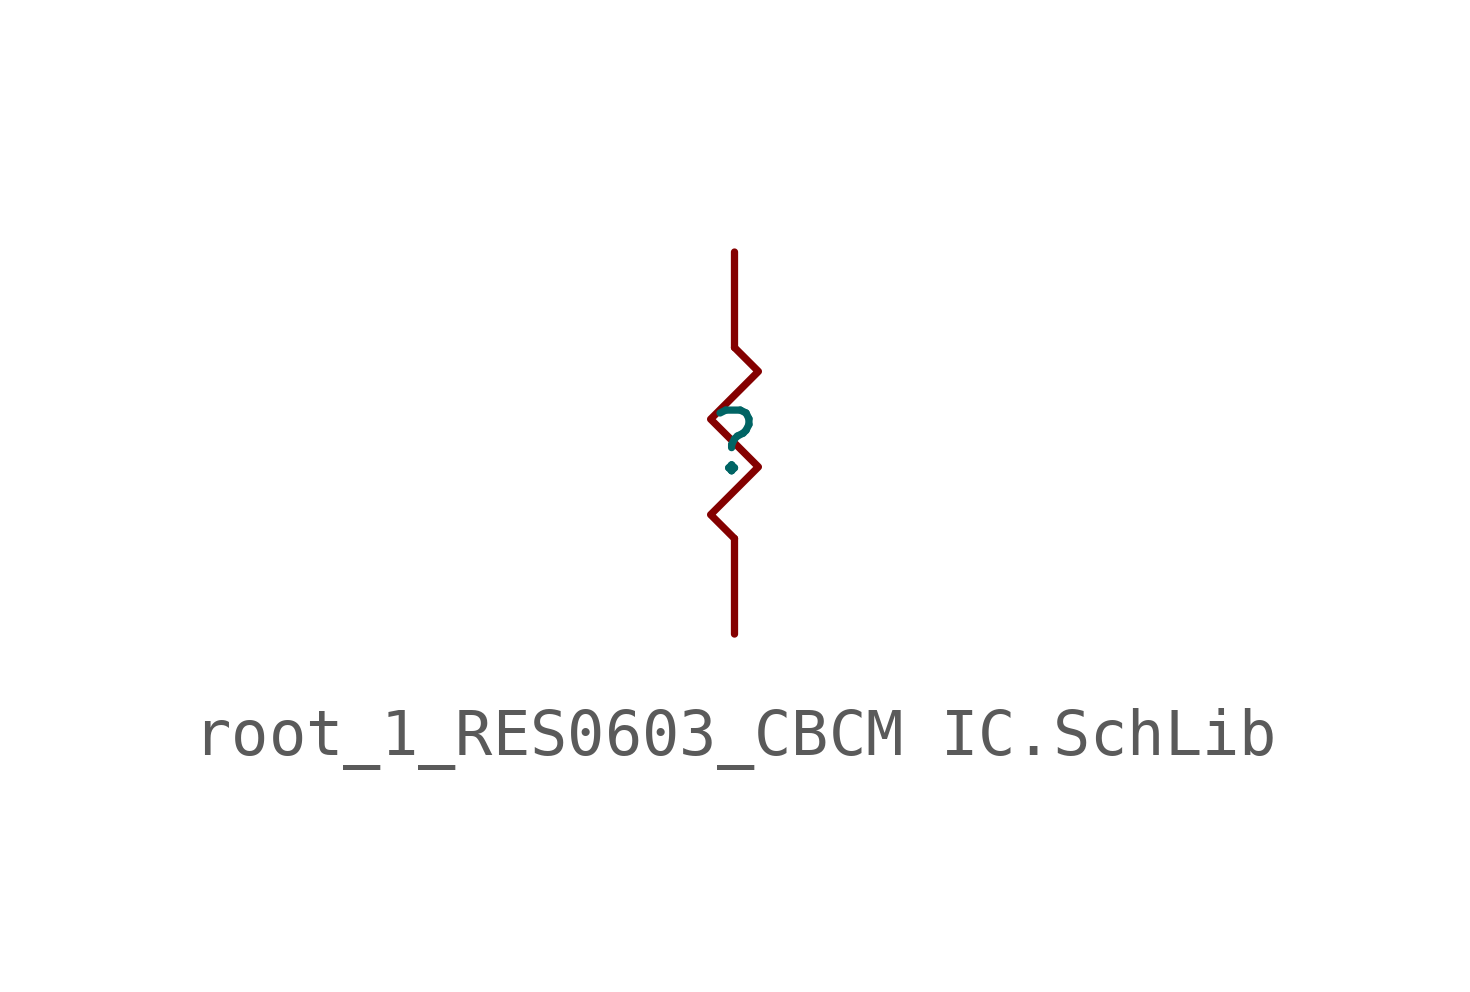
<source format=kicad_sym>
(kicad_symbol_lib
  (version 20241209)
  (generator "kicad_symbol_editor")
  (generator_version "9.0")
  (symbol "root_1_RES0603_CBCM IC.SchLib"
    (pin_numbers
      (hide yes))
    (pin_names
      (hide yes))
    (property "Reference" ""
      (at 0 0 0)
      (effects (font (size 1.27 1.27))))
    (property "Value" ""
      (at 0 0 0)
      (effects (font (size 1.27 1.27))))
    (symbol "root_1_RES0603_CBCM IC.SchLib_1_0"
      (polyline (pts (xy 0 -2) (xy -0.5 -1.5) (xy 0.5 -0.5) (xy -0.5 0.5) (xy 0.5 1.5) (xy 0 2)) (stroke (width 0) (type solid)) (fill (type none)))
      (pin passive line (at 0 4 270) (length 2) (name "Terminal_2" (effects (font (size 1.27 1.27)))) (number "2" (effects (font (size 1.27 1.27)))))
      (pin passive line (at 0 -4 90) (length 2) (name "Terminal_1" (effects (font (size 1.27 1.27)))) (number "1" (effects (font (size 1.27 1.27))))))))
</source>
